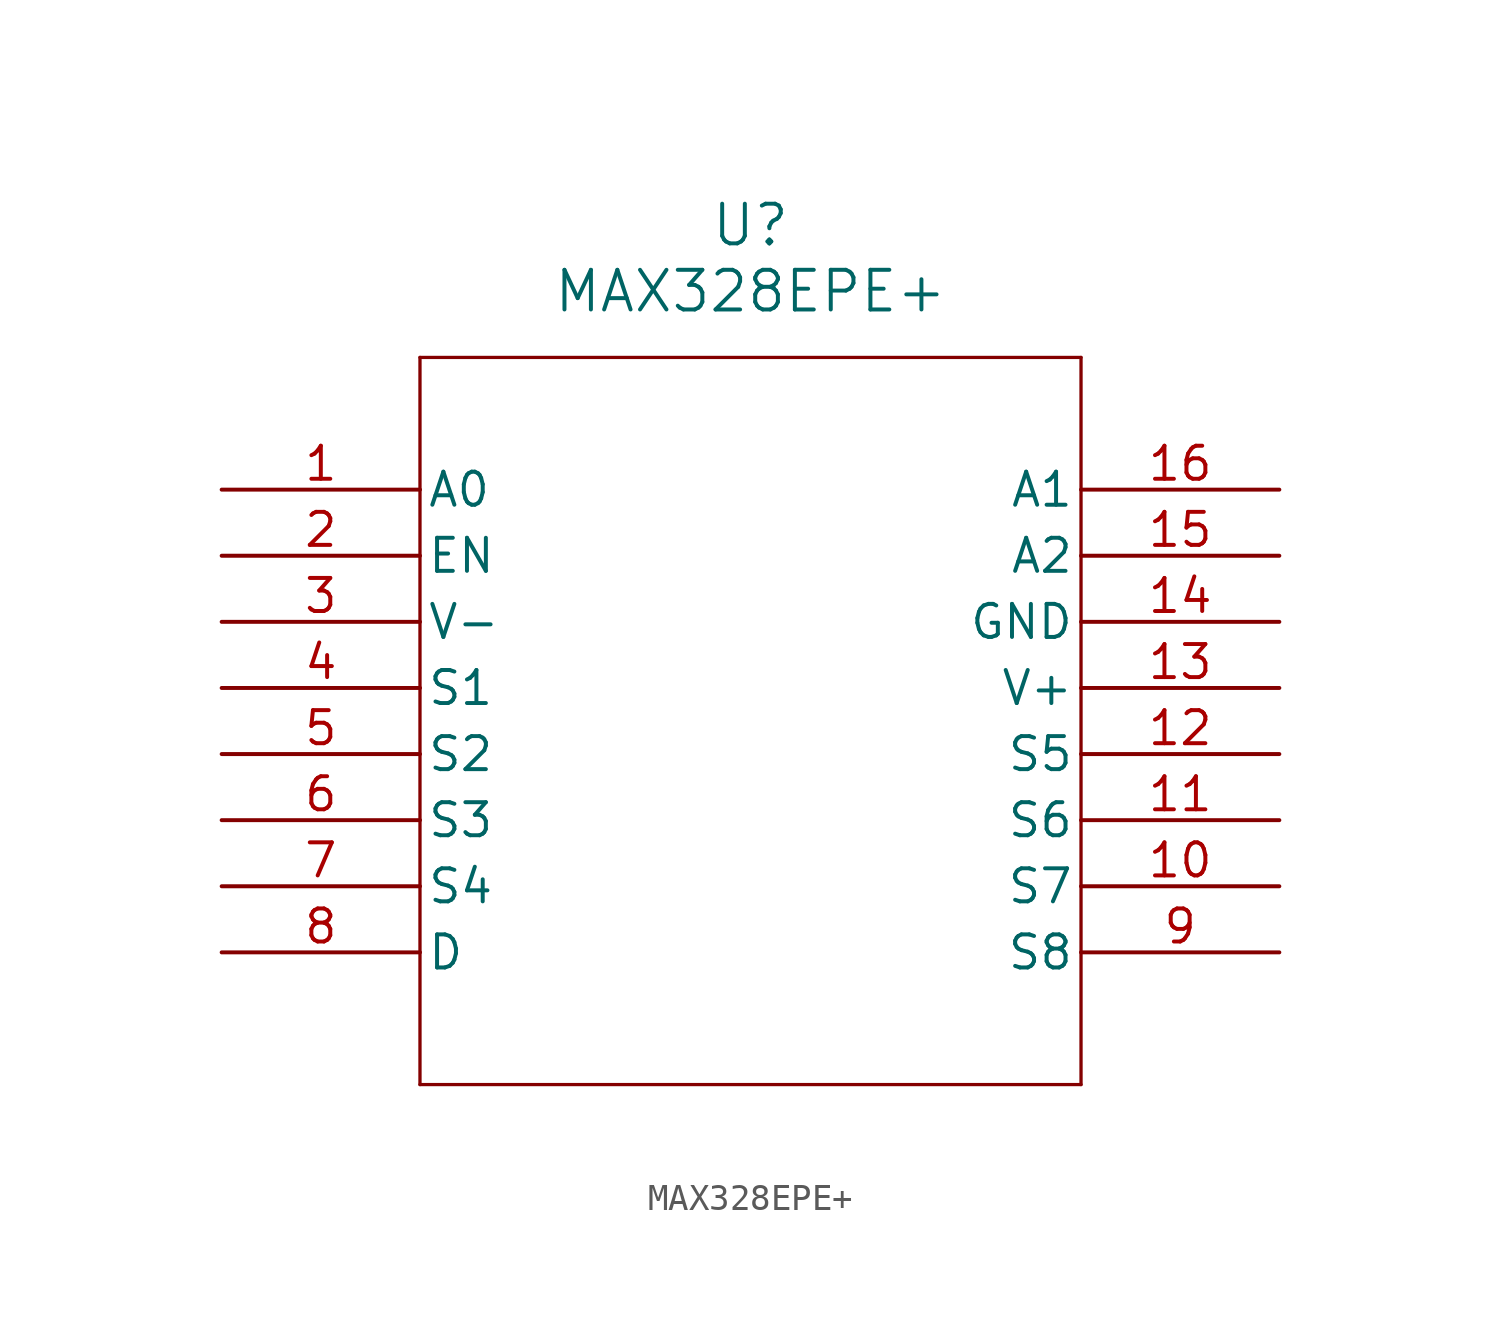
<source format=kicad_sym>
(kicad_symbol_lib
  (version 20211014)
  (generator kicad_symbol_editor)
  (symbol "MAX328EPE+"
    (pin_names
      (offset 0.254))
    (property "Reference" "U"
      (at 20.32 10.16 0)
      (effects (font (size 1.524 1.524))))
    (property "Value" "MAX328EPE+"
      (at 20.32 7.62 0)
      (effects (font (size 1.524 1.524))))
    (symbol "MAX328EPE+_0_1"
      (polyline (pts (xy 7.62 5.08) (xy 7.62 -22.86)) (stroke (width 0.127) (type default) (color 0 0 0 0)) (fill (type none)))
      (polyline (pts (xy 7.62 -22.86) (xy 33.02 -22.86)) (stroke (width 0.127) (type default) (color 0 0 0 0)) (fill (type none)))
      (polyline (pts (xy 33.02 -22.86) (xy 33.02 5.08)) (stroke (width 0.127) (type default) (color 0 0 0 0)) (fill (type none)))
      (polyline (pts (xy 33.02 5.08) (xy 7.62 5.08)) (stroke (width 0.127) (type default) (color 0 0 0 0)) (fill (type none)))
      (pin input line (at 0 0 0) (length 7.62) (name "A0" (effects (font (size 1.27 1.27)))) (number "1" (effects (font (size 1.27 1.27)))))
      (pin unspecified line (at 0 -2.54 0) (length 7.62) (name "EN" (effects (font (size 1.27 1.27)))) (number "2" (effects (font (size 1.27 1.27)))))
      (pin input line (at 0 -5.08 0) (length 7.62) (name "V-" (effects (font (size 1.27 1.27)))) (number "3" (effects (font (size 1.27 1.27)))))
      (pin input line (at 0 -7.62 0) (length 7.62) (name "S1" (effects (font (size 1.27 1.27)))) (number "4" (effects (font (size 1.27 1.27)))))
      (pin input line (at 0 -10.16 0) (length 7.62) (name "S2" (effects (font (size 1.27 1.27)))) (number "5" (effects (font (size 1.27 1.27)))))
      (pin input line (at 0 -12.7 0) (length 7.62) (name "S3" (effects (font (size 1.27 1.27)))) (number "6" (effects (font (size 1.27 1.27)))))
      (pin bidirectional line (at 0 -15.24 0) (length 7.62) (name "S4" (effects (font (size 1.27 1.27)))) (number "7" (effects (font (size 1.27 1.27)))))
      (pin unspecified line (at 0 -17.78 0) (length 7.62) (name "D" (effects (font (size 1.27 1.27)))) (number "8" (effects (font (size 1.27 1.27)))))
      (pin input line (at 40.64 -17.78 180) (length 7.62) (name "S8" (effects (font (size 1.27 1.27)))) (number "9" (effects (font (size 1.27 1.27)))))
      (pin input line (at 40.64 -15.24 180) (length 7.62) (name "S7" (effects (font (size 1.27 1.27)))) (number "10" (effects (font (size 1.27 1.27)))))
      (pin input line (at 40.64 -12.7 180) (length 7.62) (name "S6" (effects (font (size 1.27 1.27)))) (number "11" (effects (font (size 1.27 1.27)))))
      (pin input line (at 40.64 -10.16 180) (length 7.62) (name "S5" (effects (font (size 1.27 1.27)))) (number "12" (effects (font (size 1.27 1.27)))))
      (pin input line (at 40.64 -7.62 180) (length 7.62) (name "V+" (effects (font (size 1.27 1.27)))) (number "13" (effects (font (size 1.27 1.27)))))
      (pin power_out line (at 40.64 -5.08 180) (length 7.62) (name "GND" (effects (font (size 1.27 1.27)))) (number "14" (effects (font (size 1.27 1.27)))))
      (pin input line (at 40.64 -2.54 180) (length 7.62) (name "A2" (effects (font (size 1.27 1.27)))) (number "15" (effects (font (size 1.27 1.27)))))
      (pin input line (at 40.64 0 180) (length 7.62) (name "A1" (effects (font (size 1.27 1.27)))) (number "16" (effects (font (size 1.27 1.27))))))))
</source>
